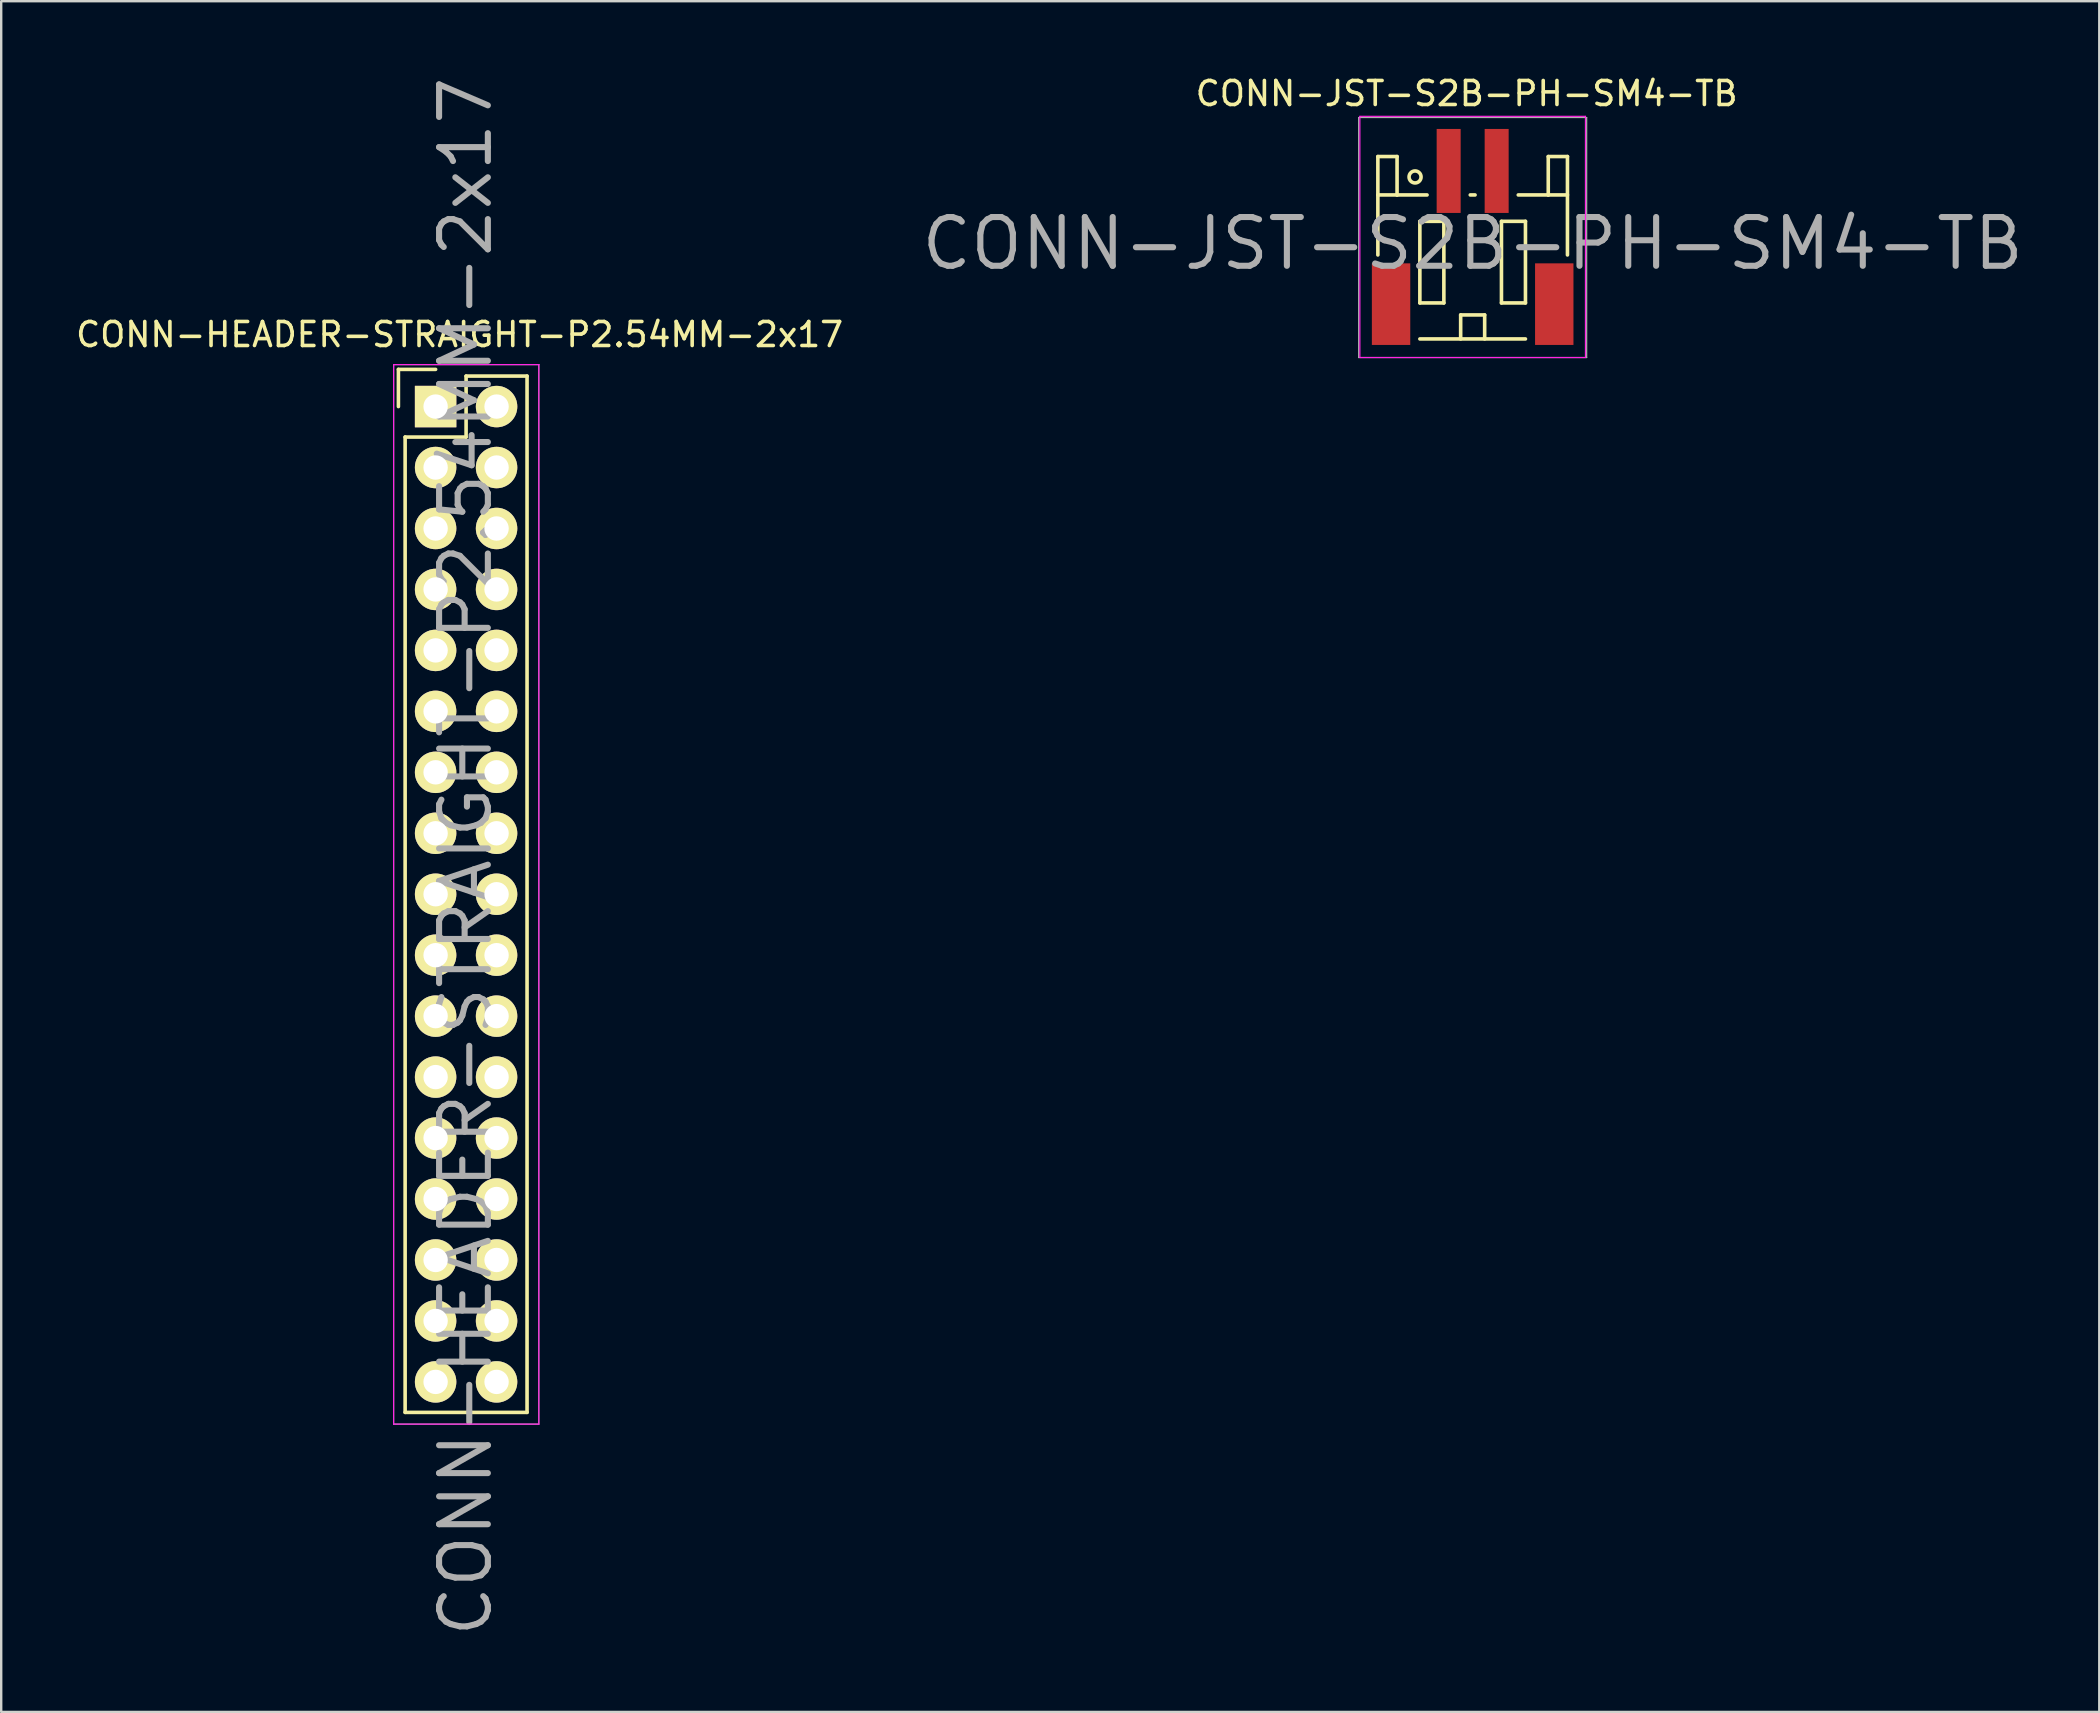
<source format=kicad_pcb>
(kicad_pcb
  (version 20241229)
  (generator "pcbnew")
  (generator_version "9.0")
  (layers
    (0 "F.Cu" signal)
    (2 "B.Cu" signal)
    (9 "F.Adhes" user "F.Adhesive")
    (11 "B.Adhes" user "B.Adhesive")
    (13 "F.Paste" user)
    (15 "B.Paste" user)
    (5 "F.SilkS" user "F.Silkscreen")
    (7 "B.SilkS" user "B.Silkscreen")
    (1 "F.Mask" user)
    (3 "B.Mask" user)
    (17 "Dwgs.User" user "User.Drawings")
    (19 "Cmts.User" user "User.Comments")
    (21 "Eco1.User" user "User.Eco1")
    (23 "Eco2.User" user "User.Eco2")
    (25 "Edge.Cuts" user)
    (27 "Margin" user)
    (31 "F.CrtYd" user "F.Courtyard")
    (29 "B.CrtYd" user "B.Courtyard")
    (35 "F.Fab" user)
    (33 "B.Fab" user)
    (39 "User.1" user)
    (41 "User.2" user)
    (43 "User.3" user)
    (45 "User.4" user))
  (footprint "CONN-JST-S2B-PH-SM4-TB"
    (layer "F.Cu")
    (at 58.313 6.848)
    (property "Reference" "CONN-JST-S2B-PH-SM4-TB" (at 0 0.25 0) (layer "F.Fab") (effects (font (size 2.032 2.032) (thickness 0.254))))
    (attr smd)
    (fp_line (start -3.95 -3.375) (end -3.95 0.725) (stroke (width 0.15) (type solid)) (layer "F.SilkS"))
    (fp_line (start -3.15 -3.375) (end -3.95 -3.375) (stroke (width 0.15) (type solid)) (layer "F.SilkS"))
    (fp_line (start -3.15 -1.775) (end -3.95 -1.775) (stroke (width 0.15) (type solid)) (layer "F.SilkS"))
    (fp_line (start -3.15 -1.775) (end -3.15 -3.375) (stroke (width 0.15) (type solid)) (layer "F.SilkS"))
    (fp_line (start -2.2 -0.675) (end -2.2 2.725) (stroke (width 0.15) (type solid)) (layer "F.SilkS"))
    (fp_line (start -2.2 2.725) (end -1.2 2.725) (stroke (width 0.15) (type solid)) (layer "F.SilkS"))
    (fp_line (start -2.2 4.225) (end 2.2 4.225) (stroke (width 0.15) (type solid)) (layer "F.SilkS"))
    (fp_line (start -1.9 -1.775) (end -3.15 -1.775) (stroke (width 0.15) (type solid)) (layer "F.SilkS"))
    (fp_line (start -1.2 -0.675) (end -2.2 -0.675) (stroke (width 0.15) (type solid)) (layer "F.SilkS"))
    (fp_line (start -1.2 2.725) (end -1.2 -0.675) (stroke (width 0.15) (type solid)) (layer "F.SilkS"))
    (fp_line (start -0.5 3.225) (end 0.5 3.225) (stroke (width 0.15) (type solid)) (layer "F.SilkS"))
    (fp_line (start -0.5 4.225) (end -0.5 3.225) (stroke (width 0.15) (type solid)) (layer "F.SilkS"))
    (fp_line (start -0.1 -1.775) (end 0.1 -1.775) (stroke (width 0.15) (type solid)) (layer "F.SilkS"))
    (fp_line (start 0.5 3.225) (end 0.5 4.225) (stroke (width 0.15) (type solid)) (layer "F.SilkS"))
    (fp_line (start 1.2 -0.675) (end 2.2 -0.675) (stroke (width 0.15) (type solid)) (layer "F.SilkS"))
    (fp_line (start 1.2 2.725) (end 1.2 -0.675) (stroke (width 0.15) (type solid)) (layer "F.SilkS"))
    (fp_line (start 1.9 -1.775) (end 3.15 -1.775) (stroke (width 0.15) (type solid)) (layer "F.SilkS"))
    (fp_line (start 2.2 -0.675) (end 2.2 2.725) (stroke (width 0.15) (type solid)) (layer "F.SilkS"))
    (fp_line (start 2.2 2.725) (end 1.2 2.725) (stroke (width 0.15) (type solid)) (layer "F.SilkS"))
    (fp_line (start 3.15 -3.375) (end 3.95 -3.375) (stroke (width 0.15) (type solid)) (layer "F.SilkS"))
    (fp_line (start 3.15 -1.775) (end 3.15 -3.375) (stroke (width 0.15) (type solid)) (layer "F.SilkS"))
    (fp_line (start 3.15 -1.775) (end 3.95 -1.775) (stroke (width 0.15) (type solid)) (layer "F.SilkS"))
    (fp_line (start 3.95 -3.375) (end 3.95 0.725) (stroke (width 0.15) (type solid)) (layer "F.SilkS"))
    (fp_circle (center -2.4 -2.525) (end -2.15 -2.525) (stroke (width 0.15) (type solid)) (fill no) (layer "F.SilkS"))
    (fp_line (start -4.7 -5.05) (end 4.7 -5.05) (stroke (width 0.05) (type solid)) (layer "F.CrtYd"))
    (fp_line (start -4.7 5) (end -4.7 -5.05) (stroke (width 0.05) (type solid)) (layer "F.CrtYd"))
    (fp_line (start 4.7 -5.05) (end 4.7 5) (stroke (width 0.05) (type solid)) (layer "F.CrtYd"))
    (fp_line (start 4.7 5) (end -4.7 5) (stroke (width 0.05) (type solid)) (layer "F.CrtYd"))
    (fp_line (start -4.75 -5) (end 4.75 -5) (stroke (width 0.051) (type solid)) (layer "F.Fab"))
    (fp_line (start -4.75 5) (end -4.75 -5) (stroke (width 0.051) (type solid)) (layer "F.Fab"))
    (fp_line (start 4.75 -5) (end 4.75 5) (stroke (width 0.051) (type solid)) (layer "F.Fab"))
    (fp_line (start 4.75 5) (end -4.75 5) (stroke (width 0.051) (type solid)) (layer "F.Fab"))
    (fp_text user "${REFERENCE}" (at -0.25 -6 0) (layer "F.SilkS") (effects (font (size 1 1) (thickness 0.15))))
    (pad "" smd rect (at -3.4 2.775) (size 1.6 3.4) (layers "F.Cu" "F.Mask" "F.Paste"))
    (pad "" smd rect (at 3.4 2.775) (size 1.6 3.4) (layers "F.Cu" "F.Mask" "F.Paste"))
    (pad "1" smd rect (at -1 -2.775) (size 1 3.5) (layers "F.Cu" "F.Mask" "F.Paste"))
    (pad "2" smd rect (at 1 -2.775) (size 1 3.5) (layers "F.Cu" "F.Mask" "F.Paste")))
  (footprint "CONN-HEADER-STRAIGHT-P2.54MM-2x17"
    (layer "F.Cu")
    (at 15.101 13.891)
    (property "Reference" "CONN-HEADER-STRAIGHT-P2.54MM-2x17" (at 1.25 18.75 90) (layer "F.Fab") (effects (font (size 2.032 2.032) (thickness 0.254))))
    (attr through_hole)
    (fp_line (start -1.55 -1.55) (end -1.55 0) (stroke (width 0.15) (type solid)) (layer "F.SilkS"))
    (fp_line (start -1.27 1.27) (end -1.27 41.91) (stroke (width 0.15) (type solid)) (layer "F.SilkS"))
    (fp_line (start 0 -1.55) (end -1.55 -1.55) (stroke (width 0.15) (type solid)) (layer "F.SilkS"))
    (fp_line (start 1.27 -1.27) (end 1.27 1.27) (stroke (width 0.15) (type solid)) (layer "F.SilkS"))
    (fp_line (start 1.27 1.27) (end -1.27 1.27) (stroke (width 0.15) (type solid)) (layer "F.SilkS"))
    (fp_line (start 3.81 -1.27) (end 1.27 -1.27) (stroke (width 0.15) (type solid)) (layer "F.SilkS"))
    (fp_line (start 3.81 41.91) (end -1.27 41.91) (stroke (width 0.15) (type solid)) (layer "F.SilkS"))
    (fp_line (start 3.81 41.91) (end 3.81 -1.27) (stroke (width 0.15) (type solid)) (layer "F.SilkS"))
    (fp_line (start -1.75 -1.75) (end -1.75 42.4) (stroke (width 0.05) (type solid)) (layer "F.CrtYd"))
    (fp_line (start -1.75 -1.75) (end 4.3 -1.75) (stroke (width 0.05) (type solid)) (layer "F.CrtYd"))
    (fp_line (start -1.75 42.4) (end 4.3 42.4) (stroke (width 0.05) (type solid)) (layer "F.CrtYd"))
    (fp_line (start 4.3 -1.75) (end 4.3 42.4) (stroke (width 0.05) (type solid)) (layer "F.CrtYd"))
    (fp_line (start -1.75 -1.75) (end -1.75 42.4) (stroke (width 0.05) (type solid)) (layer "F.Fab"))
    (fp_line (start -1.75 -1.75) (end 4.3 -1.75) (stroke (width 0.05) (type solid)) (layer "F.Fab"))
    (fp_line (start -1.75 42.4) (end 4.3 42.4) (stroke (width 0.05) (type solid)) (layer "F.Fab"))
    (fp_line (start 4.3 -1.75) (end 4.3 42.4) (stroke (width 0.05) (type solid)) (layer "F.Fab"))
    (fp_text user "${REFERENCE}" (at 1 -3 0) (layer "F.SilkS") (effects (font (size 1 1) (thickness 0.15))))
    (pad "1" thru_hole rect (at 0 0) (size 1.727 1.727) (drill 1.016) (layers "*.Cu" "*.Mask" "F.SilkS"))
    (pad "2" thru_hole oval (at 2.54 0) (size 1.727 1.727) (drill 1.016) (layers "*.Cu" "*.Mask" "F.SilkS"))
    (pad "3" thru_hole oval (at 0 2.54) (size 1.727 1.727) (drill 1.016) (layers "*.Cu" "*.Mask" "F.SilkS"))
    (pad "4" thru_hole oval (at 2.54 2.54) (size 1.727 1.727) (drill 1.016) (layers "*.Cu" "*.Mask" "F.SilkS"))
    (pad "5" thru_hole oval (at 0 5.08) (size 1.727 1.727) (drill 1.016) (layers "*.Cu" "*.Mask" "F.SilkS"))
    (pad "6" thru_hole oval (at 2.54 5.08) (size 1.727 1.727) (drill 1.016) (layers "*.Cu" "*.Mask" "F.SilkS"))
    (pad "7" thru_hole oval (at 0 7.62) (size 1.727 1.727) (drill 1.016) (layers "*.Cu" "*.Mask" "F.SilkS"))
    (pad "8" thru_hole oval (at 2.54 7.62) (size 1.727 1.727) (drill 1.016) (layers "*.Cu" "*.Mask" "F.SilkS"))
    (pad "9" thru_hole oval (at 0 10.16) (size 1.727 1.727) (drill 1.016) (layers "*.Cu" "*.Mask" "F.SilkS"))
    (pad "10" thru_hole oval (at 2.54 10.16) (size 1.727 1.727) (drill 1.016) (layers "*.Cu" "*.Mask" "F.SilkS"))
    (pad "11" thru_hole oval (at 0 12.7) (size 1.727 1.727) (drill 1.016) (layers "*.Cu" "*.Mask" "F.SilkS"))
    (pad "12" thru_hole oval (at 2.54 12.7) (size 1.727 1.727) (drill 1.016) (layers "*.Cu" "*.Mask" "F.SilkS"))
    (pad "13" thru_hole oval (at 0 15.24) (size 1.727 1.727) (drill 1.016) (layers "*.Cu" "*.Mask" "F.SilkS"))
    (pad "14" thru_hole oval (at 2.54 15.24) (size 1.727 1.727) (drill 1.016) (layers "*.Cu" "*.Mask" "F.SilkS"))
    (pad "15" thru_hole oval (at 0 17.78) (size 1.727 1.727) (drill 1.016) (layers "*.Cu" "*.Mask" "F.SilkS"))
    (pad "16" thru_hole oval (at 2.54 17.78) (size 1.727 1.727) (drill 1.016) (layers "*.Cu" "*.Mask" "F.SilkS"))
    (pad "17" thru_hole oval (at 0 20.32) (size 1.727 1.727) (drill 1.016) (layers "*.Cu" "*.Mask" "F.SilkS"))
    (pad "18" thru_hole oval (at 2.54 20.32) (size 1.727 1.727) (drill 1.016) (layers "*.Cu" "*.Mask" "F.SilkS"))
    (pad "19" thru_hole oval (at 0 22.86) (size 1.727 1.727) (drill 1.016) (layers "*.Cu" "*.Mask" "F.SilkS"))
    (pad "20" thru_hole oval (at 2.54 22.86) (size 1.727 1.727) (drill 1.016) (layers "*.Cu" "*.Mask" "F.SilkS"))
    (pad "21" thru_hole oval (at 0 25.4) (size 1.727 1.727) (drill 1.016) (layers "*.Cu" "*.Mask" "F.SilkS"))
    (pad "22" thru_hole oval (at 2.54 25.4) (size 1.727 1.727) (drill 1.016) (layers "*.Cu" "*.Mask" "F.SilkS"))
    (pad "23" thru_hole oval (at 0 27.94) (size 1.727 1.727) (drill 1.016) (layers "*.Cu" "*.Mask" "F.SilkS"))
    (pad "24" thru_hole oval (at 2.54 27.94) (size 1.727 1.727) (drill 1.016) (layers "*.Cu" "*.Mask" "F.SilkS"))
    (pad "25" thru_hole oval (at 0 30.48) (size 1.727 1.727) (drill 1.016) (layers "*.Cu" "*.Mask" "F.SilkS"))
    (pad "26" thru_hole oval (at 2.54 30.48) (size 1.727 1.727) (drill 1.016) (layers "*.Cu" "*.Mask" "F.SilkS"))
    (pad "27" thru_hole oval (at 0 33.02) (size 1.727 1.727) (drill 1.016) (layers "*.Cu" "*.Mask" "F.SilkS"))
    (pad "28" thru_hole oval (at 2.54 33.02) (size 1.727 1.727) (drill 1.016) (layers "*.Cu" "*.Mask" "F.SilkS"))
    (pad "29" thru_hole oval (at 0 35.56) (size 1.727 1.727) (drill 1.016) (layers "*.Cu" "*.Mask" "F.SilkS"))
    (pad "30" thru_hole oval (at 2.54 35.56) (size 1.727 1.727) (drill 1.016) (layers "*.Cu" "*.Mask" "F.SilkS"))
    (pad "31" thru_hole oval (at 0 38.1) (size 1.727 1.727) (drill 1.016) (layers "*.Cu" "*.Mask" "F.SilkS"))
    (pad "32" thru_hole oval (at 2.54 38.1) (size 1.727 1.727) (drill 1.016) (layers "*.Cu" "*.Mask" "F.SilkS"))
    (pad "33" thru_hole oval (at 0 40.64) (size 1.727 1.727) (drill 1.016) (layers "*.Cu" "*.Mask" "F.SilkS"))
    (pad "34" thru_hole oval (at 2.54 40.64) (size 1.727 1.727) (drill 1.016) (layers "*.Cu" "*.Mask" "F.SilkS")))
  (gr_rect
    (start -3 -3)
    (end 84.423 68.283)
    (stroke (width 0.1) (type default))
    (fill no)
    (layer "Edge.Cuts")))
</source>
